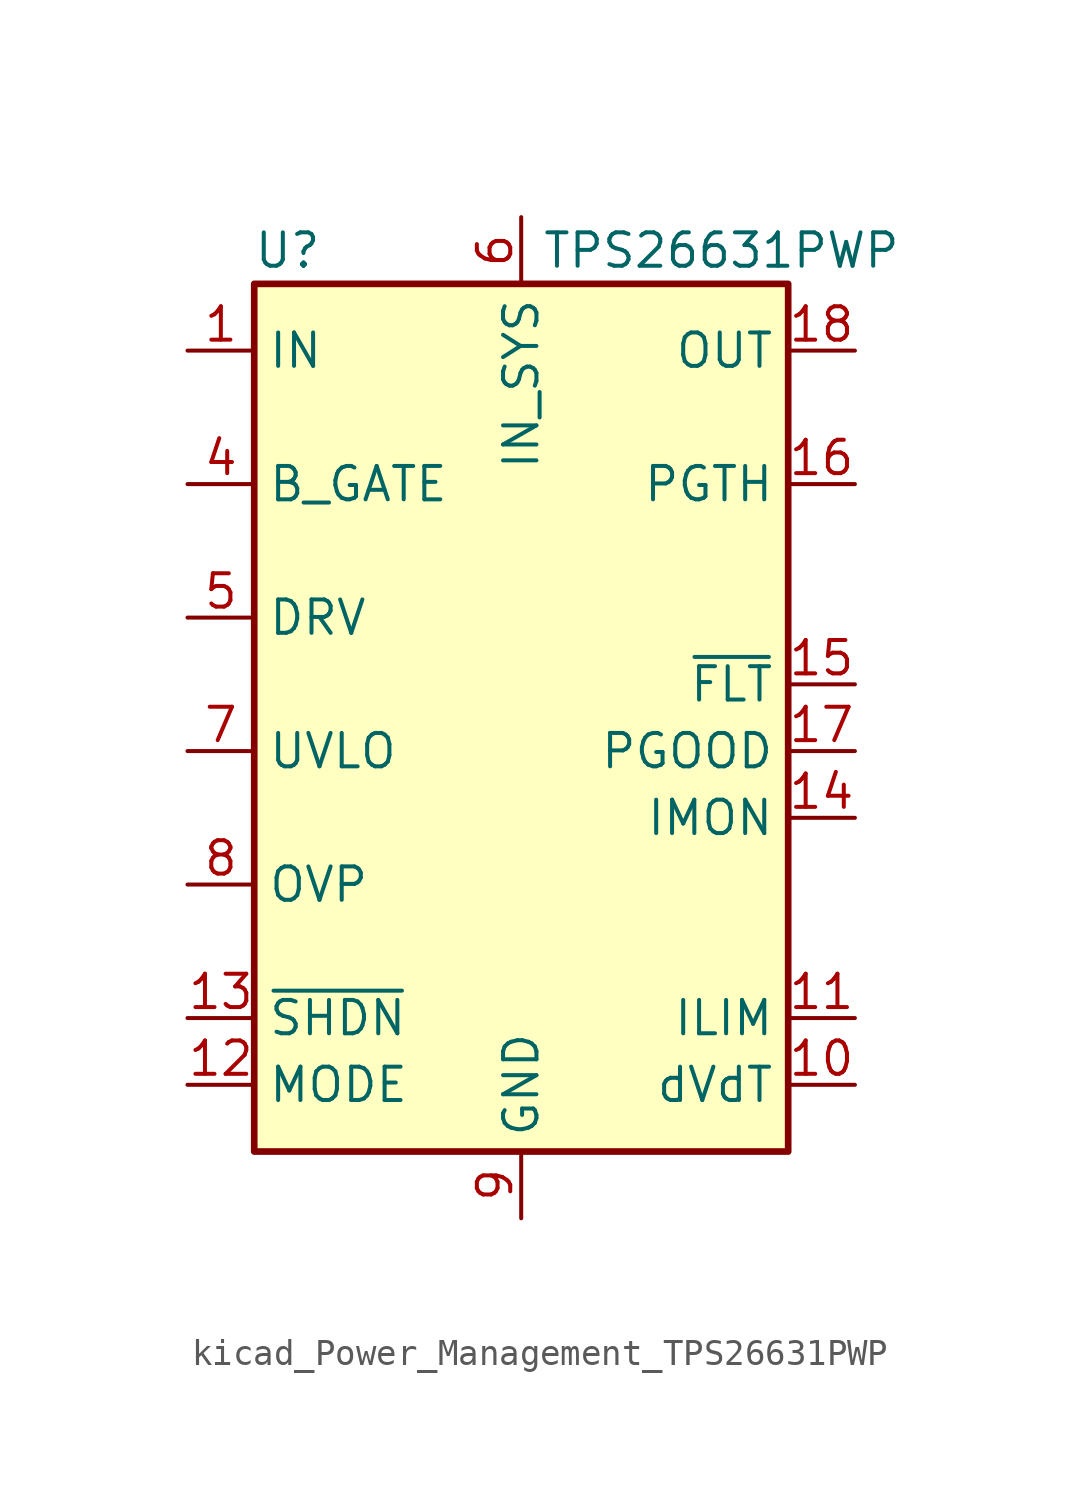
<source format=kicad_sym>
(kicad_symbol_lib
  (version 20220914)
  (generator kicad_symbol_editor)
  (symbol "kicad_Power_Management_TPS26631PWP"
    (property "Reference" "U"
      (at -8.89 16.51 0)
      (effects (font (size 1.27 1.27))))
    (property "Value" "TPS26631PWP"
      (at 7.62 16.51 0)
      (effects (font (size 1.27 1.27))))
    (symbol "kicad_Power_Management_TPS26631PWP_0_1"
      (rectangle (start -10.16 15.24) (end 10.16 -17.78) (stroke (width 0.254) (type default)) (fill (type background))))
    (symbol "kicad_Power_Management_TPS26631PWP_1_1"
      (pin power_in line (at -12.7 12.7 0) (length 2.54) (name "IN" (effects (font (size 1.27 1.27)))) (number "1" (effects (font (size 1.27 1.27)))))
      (pin passive line (at 12.7 -15.24 180) (length 2.54) (name "dVdT" (effects (font (size 1.27 1.27)))) (number "10" (effects (font (size 1.27 1.27)))))
      (pin passive line (at 12.7 -12.7 180) (length 2.54) (name "ILIM" (effects (font (size 1.27 1.27)))) (number "11" (effects (font (size 1.27 1.27)))))
      (pin input line (at -12.7 -15.24 0) (length 2.54) (name "MODE" (effects (font (size 1.27 1.27)))) (number "12" (effects (font (size 1.27 1.27)))))
      (pin input line (at -12.7 -12.7 0) (length 2.54) (name "~{SHDN}" (effects (font (size 1.27 1.27)))) (number "13" (effects (font (size 1.27 1.27)))))
      (pin output line (at 12.7 -5.08 180) (length 2.54) (name "IMON" (effects (font (size 1.27 1.27)))) (number "14" (effects (font (size 1.27 1.27)))))
      (pin open_collector line (at 12.7 0 180) (length 2.54) (name "~{FLT}" (effects (font (size 1.27 1.27)))) (number "15" (effects (font (size 1.27 1.27)))))
      (pin input line (at 12.7 7.62 180) (length 2.54) (name "PGTH" (effects (font (size 1.27 1.27)))) (number "16" (effects (font (size 1.27 1.27)))))
      (pin output line (at 12.7 -2.54 180) (length 2.54) (name "PGOOD" (effects (font (size 1.27 1.27)))) (number "17" (effects (font (size 1.27 1.27)))))
      (pin power_out line (at 12.7 12.7 180) (length 2.54) (name "OUT" (effects (font (size 1.27 1.27)))) (number "18" (effects (font (size 1.27 1.27)))))
      (pin passive line (at 12.7 12.7 180) (length 2.54) hide (name "OUT" (effects (font (size 1.27 1.27)))) (number "19" (effects (font (size 1.27 1.27)))))
      (pin passive line (at -12.7 12.7 0) (length 2.54) hide (name "IN" (effects (font (size 1.27 1.27)))) (number "2" (effects (font (size 1.27 1.27)))))
      (pin passive line (at 12.7 12.7 180) (length 2.54) hide (name "OUT" (effects (font (size 1.27 1.27)))) (number "20" (effects (font (size 1.27 1.27)))))
      (pin passive line (at 0 -20.32 90) (length 2.54) hide (name "GND" (effects (font (size 1.27 1.27)))) (number "21" (effects (font (size 1.27 1.27)))))
      (pin passive line (at -12.7 12.7 0) (length 2.54) hide (name "IN" (effects (font (size 1.27 1.27)))) (number "3" (effects (font (size 1.27 1.27)))))
      (pin output line (at -12.7 7.62 0) (length 2.54) (name "B_GATE" (effects (font (size 1.27 1.27)))) (number "4" (effects (font (size 1.27 1.27)))))
      (pin output line (at -12.7 2.54 0) (length 2.54) (name "DRV" (effects (font (size 1.27 1.27)))) (number "5" (effects (font (size 1.27 1.27)))))
      (pin power_in line (at 0 17.78 270) (length 2.54) (name "IN_SYS" (effects (font (size 1.27 1.27)))) (number "6" (effects (font (size 1.27 1.27)))))
      (pin input line (at -12.7 -2.54 0) (length 2.54) (name "UVLO" (effects (font (size 1.27 1.27)))) (number "7" (effects (font (size 1.27 1.27)))))
      (pin input line (at -12.7 -7.62 0) (length 2.54) (name "OVP" (effects (font (size 1.27 1.27)))) (number "8" (effects (font (size 1.27 1.27)))))
      (pin power_in line (at 0 -20.32 90) (length 2.54) (name "GND" (effects (font (size 1.27 1.27)))) (number "9" (effects (font (size 1.27 1.27))))))))
</source>
